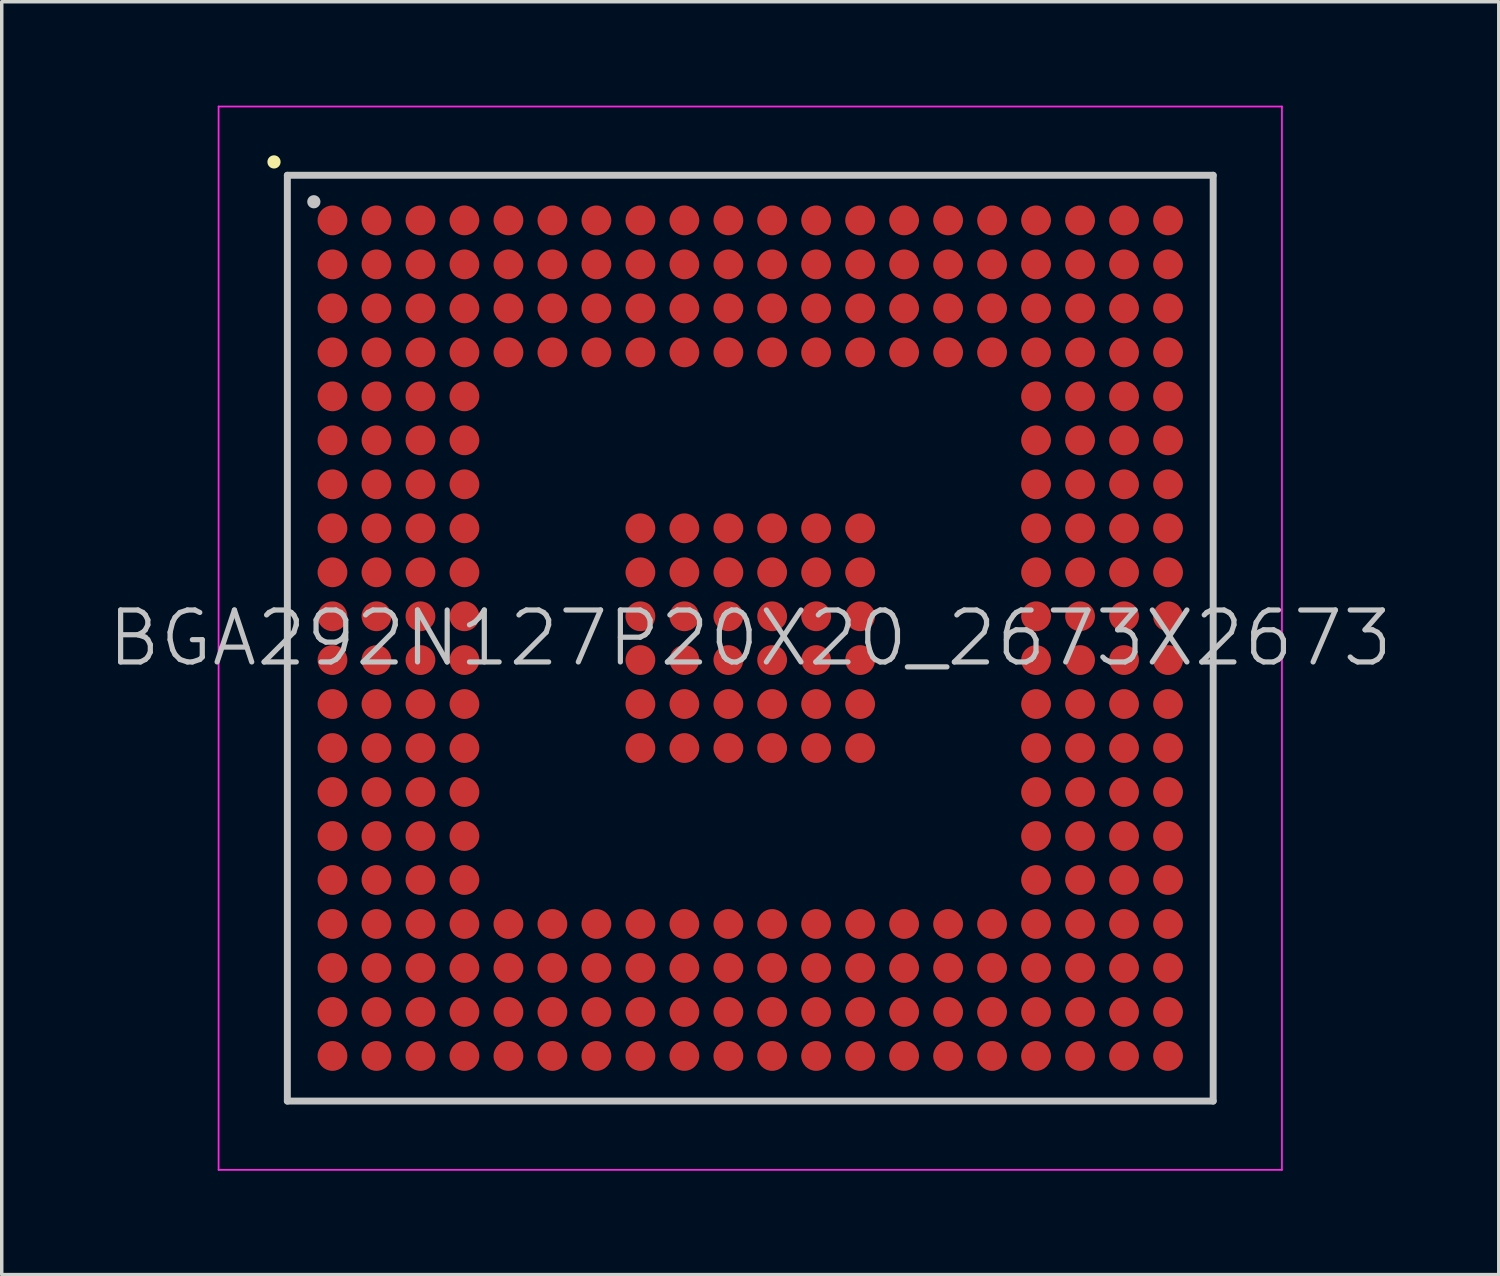
<source format=kicad_pcb>
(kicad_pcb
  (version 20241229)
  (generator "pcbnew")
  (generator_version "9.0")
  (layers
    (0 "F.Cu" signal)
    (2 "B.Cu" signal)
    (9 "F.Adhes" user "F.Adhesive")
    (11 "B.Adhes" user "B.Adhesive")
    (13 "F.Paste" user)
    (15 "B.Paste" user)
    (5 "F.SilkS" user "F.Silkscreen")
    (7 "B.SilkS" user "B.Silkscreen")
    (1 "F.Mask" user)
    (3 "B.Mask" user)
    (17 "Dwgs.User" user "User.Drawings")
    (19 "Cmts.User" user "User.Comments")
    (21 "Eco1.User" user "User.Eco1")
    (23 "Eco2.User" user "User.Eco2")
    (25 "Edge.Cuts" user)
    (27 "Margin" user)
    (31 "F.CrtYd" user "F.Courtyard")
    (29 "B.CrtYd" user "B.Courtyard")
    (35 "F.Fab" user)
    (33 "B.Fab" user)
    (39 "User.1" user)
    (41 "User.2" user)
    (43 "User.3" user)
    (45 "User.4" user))
  (footprint "BGA292N127P20X20_2673X2673"
    (layer "F.Cu")
    (at 18.611 15.375)
    (property "Reference" "BGA292N127P20X20_2673X2673" (at 0 0 0) (layer "Dwgs.User") (effects (font (size 1.5 1.5) (thickness 0.15))))
    (attr smd)
    (fp_line (start -13.75 -13.75) (end -13.75 -13.75) (stroke (width 0.381) (type solid)) (layer "F.SilkS"))
    (fp_line (start -13.365 -13.365) (end -13.365 13.365) (stroke (width 0.2) (type solid)) (layer "Dwgs.User"))
    (fp_line (start -13.365 -13.365) (end 13.365 -13.365) (stroke (width 0.2) (type solid)) (layer "Dwgs.User"))
    (fp_line (start -13.365 13.365) (end 13.365 13.365) (stroke (width 0.2) (type solid)) (layer "Dwgs.User"))
    (fp_line (start -12.6 -12.6) (end -12.6 -12.6) (stroke (width 0.381) (type solid)) (layer "Dwgs.User"))
    (fp_line (start 13.365 -13.365) (end 13.365 13.365) (stroke (width 0.2) (type solid)) (layer "Dwgs.User"))
    (fp_line (start -15.35 -15.35) (end -15.35 15.35) (stroke (width 0.05) (type solid)) (layer "F.CrtYd"))
    (fp_line (start -15.35 -15.35) (end 15.35 -15.35) (stroke (width 0.05) (type solid)) (layer "F.CrtYd"))
    (fp_line (start -15.35 15.35) (end 15.35 15.35) (stroke (width 0.05) (type solid)) (layer "F.CrtYd"))
    (fp_line (start 15.35 -15.35) (end 15.35 15.35) (stroke (width 0.05) (type solid)) (layer "F.CrtYd"))
    (pad "A1" smd circle (at -12.062 -12.062 270) (size 0.86 0.86) (layers "F.Cu" "F.Mask" "F.Paste"))
    (pad "A2" smd circle (at -10.792 -12.062 270) (size 0.86 0.86) (layers "F.Cu" "F.Mask" "F.Paste"))
    (pad "A3" smd circle (at -9.522 -12.062 270) (size 0.86 0.86) (layers "F.Cu" "F.Mask" "F.Paste"))
    (pad "A4" smd circle (at -8.252 -12.062 270) (size 0.86 0.86) (layers "F.Cu" "F.Mask" "F.Paste"))
    (pad "A5" smd circle (at -6.982 -12.062 270) (size 0.86 0.86) (layers "F.Cu" "F.Mask" "F.Paste"))
    (pad "A6" smd circle (at -5.712 -12.062 270) (size 0.86 0.86) (layers "F.Cu" "F.Mask" "F.Paste"))
    (pad "A7" smd circle (at -4.442 -12.062 270) (size 0.86 0.86) (layers "F.Cu" "F.Mask" "F.Paste"))
    (pad "A8" smd circle (at -3.172 -12.062 270) (size 0.86 0.86) (layers "F.Cu" "F.Mask" "F.Paste"))
    (pad "A9" smd circle (at -1.902 -12.062 270) (size 0.86 0.86) (layers "F.Cu" "F.Mask" "F.Paste"))
    (pad "A10" smd circle (at -0.632 -12.062 270) (size 0.86 0.86) (layers "F.Cu" "F.Mask" "F.Paste"))
    (pad "A11" smd circle (at 0.632 -12.062 270) (size 0.86 0.86) (layers "F.Cu" "F.Mask" "F.Paste"))
    (pad "A12" smd circle (at 1.902 -12.062 270) (size 0.86 0.86) (layers "F.Cu" "F.Mask" "F.Paste"))
    (pad "A13" smd circle (at 3.172 -12.062 270) (size 0.86 0.86) (layers "F.Cu" "F.Mask" "F.Paste"))
    (pad "A14" smd circle (at 4.442 -12.062 270) (size 0.86 0.86) (layers "F.Cu" "F.Mask" "F.Paste"))
    (pad "A15" smd circle (at 5.712 -12.062 270) (size 0.86 0.86) (layers "F.Cu" "F.Mask" "F.Paste"))
    (pad "A16" smd circle (at 6.982 -12.062 270) (size 0.86 0.86) (layers "F.Cu" "F.Mask" "F.Paste"))
    (pad "A17" smd circle (at 8.252 -12.062 270) (size 0.86 0.86) (layers "F.Cu" "F.Mask" "F.Paste"))
    (pad "A18" smd circle (at 9.522 -12.062 270) (size 0.86 0.86) (layers "F.Cu" "F.Mask" "F.Paste"))
    (pad "A19" smd circle (at 10.792 -12.062 270) (size 0.86 0.86) (layers "F.Cu" "F.Mask" "F.Paste"))
    (pad "A20" smd circle (at 12.062 -12.062 270) (size 0.86 0.86) (layers "F.Cu" "F.Mask" "F.Paste"))
    (pad "B1" smd circle (at -12.062 -10.792 270) (size 0.86 0.86) (layers "F.Cu" "F.Mask" "F.Paste"))
    (pad "B2" smd circle (at -10.792 -10.792 270) (size 0.86 0.86) (layers "F.Cu" "F.Mask" "F.Paste"))
    (pad "B3" smd circle (at -9.522 -10.792 270) (size 0.86 0.86) (layers "F.Cu" "F.Mask" "F.Paste"))
    (pad "B4" smd circle (at -8.252 -10.792 270) (size 0.86 0.86) (layers "F.Cu" "F.Mask" "F.Paste"))
    (pad "B5" smd circle (at -6.982 -10.792 270) (size 0.86 0.86) (layers "F.Cu" "F.Mask" "F.Paste"))
    (pad "B6" smd circle (at -5.712 -10.792 270) (size 0.86 0.86) (layers "F.Cu" "F.Mask" "F.Paste"))
    (pad "B7" smd circle (at -4.442 -10.792 270) (size 0.86 0.86) (layers "F.Cu" "F.Mask" "F.Paste"))
    (pad "B8" smd circle (at -3.172 -10.792 270) (size 0.86 0.86) (layers "F.Cu" "F.Mask" "F.Paste"))
    (pad "B9" smd circle (at -1.902 -10.792 270) (size 0.86 0.86) (layers "F.Cu" "F.Mask" "F.Paste"))
    (pad "B10" smd circle (at -0.632 -10.792 270) (size 0.86 0.86) (layers "F.Cu" "F.Mask" "F.Paste"))
    (pad "B11" smd circle (at 0.632 -10.792 270) (size 0.86 0.86) (layers "F.Cu" "F.Mask" "F.Paste"))
    (pad "B12" smd circle (at 1.902 -10.792 270) (size 0.86 0.86) (layers "F.Cu" "F.Mask" "F.Paste"))
    (pad "B13" smd circle (at 3.172 -10.792 270) (size 0.86 0.86) (layers "F.Cu" "F.Mask" "F.Paste"))
    (pad "B14" smd circle (at 4.442 -10.792 270) (size 0.86 0.86) (layers "F.Cu" "F.Mask" "F.Paste"))
    (pad "B15" smd circle (at 5.712 -10.792 270) (size 0.86 0.86) (layers "F.Cu" "F.Mask" "F.Paste"))
    (pad "B16" smd circle (at 6.982 -10.792 270) (size 0.86 0.86) (layers "F.Cu" "F.Mask" "F.Paste"))
    (pad "B17" smd circle (at 8.252 -10.792 270) (size 0.86 0.86) (layers "F.Cu" "F.Mask" "F.Paste"))
    (pad "B18" smd circle (at 9.522 -10.792 270) (size 0.86 0.86) (layers "F.Cu" "F.Mask" "F.Paste"))
    (pad "B19" smd circle (at 10.792 -10.792 270) (size 0.86 0.86) (layers "F.Cu" "F.Mask" "F.Paste"))
    (pad "B20" smd circle (at 12.062 -10.792 270) (size 0.86 0.86) (layers "F.Cu" "F.Mask" "F.Paste"))
    (pad "C1" smd circle (at -12.062 -9.522 270) (size 0.86 0.86) (layers "F.Cu" "F.Mask" "F.Paste"))
    (pad "C2" smd circle (at -10.792 -9.522 270) (size 0.86 0.86) (layers "F.Cu" "F.Mask" "F.Paste"))
    (pad "C3" smd circle (at -9.522 -9.522 270) (size 0.86 0.86) (layers "F.Cu" "F.Mask" "F.Paste"))
    (pad "C4" smd circle (at -8.252 -9.522 270) (size 0.86 0.86) (layers "F.Cu" "F.Mask" "F.Paste"))
    (pad "C5" smd circle (at -6.982 -9.522 270) (size 0.86 0.86) (layers "F.Cu" "F.Mask" "F.Paste"))
    (pad "C6" smd circle (at -5.712 -9.522 270) (size 0.86 0.86) (layers "F.Cu" "F.Mask" "F.Paste"))
    (pad "C7" smd circle (at -4.442 -9.522 270) (size 0.86 0.86) (layers "F.Cu" "F.Mask" "F.Paste"))
    (pad "C8" smd circle (at -3.172 -9.522 270) (size 0.86 0.86) (layers "F.Cu" "F.Mask" "F.Paste"))
    (pad "C9" smd circle (at -1.902 -9.522 270) (size 0.86 0.86) (layers "F.Cu" "F.Mask" "F.Paste"))
    (pad "C10" smd circle (at -0.632 -9.522 270) (size 0.86 0.86) (layers "F.Cu" "F.Mask" "F.Paste"))
    (pad "C11" smd circle (at 0.632 -9.522 270) (size 0.86 0.86) (layers "F.Cu" "F.Mask" "F.Paste"))
    (pad "C12" smd circle (at 1.902 -9.522 270) (size 0.86 0.86) (layers "F.Cu" "F.Mask" "F.Paste"))
    (pad "C13" smd circle (at 3.172 -9.522 270) (size 0.86 0.86) (layers "F.Cu" "F.Mask" "F.Paste"))
    (pad "C14" smd circle (at 4.442 -9.522 270) (size 0.86 0.86) (layers "F.Cu" "F.Mask" "F.Paste"))
    (pad "C15" smd circle (at 5.712 -9.522 270) (size 0.86 0.86) (layers "F.Cu" "F.Mask" "F.Paste"))
    (pad "C16" smd circle (at 6.982 -9.522 270) (size 0.86 0.86) (layers "F.Cu" "F.Mask" "F.Paste"))
    (pad "C17" smd circle (at 8.252 -9.522 270) (size 0.86 0.86) (layers "F.Cu" "F.Mask" "F.Paste"))
    (pad "C18" smd circle (at 9.522 -9.522 270) (size 0.86 0.86) (layers "F.Cu" "F.Mask" "F.Paste"))
    (pad "C19" smd circle (at 10.792 -9.522 270) (size 0.86 0.86) (layers "F.Cu" "F.Mask" "F.Paste"))
    (pad "C20" smd circle (at 12.062 -9.522 270) (size 0.86 0.86) (layers "F.Cu" "F.Mask" "F.Paste"))
    (pad "D1" smd circle (at -12.062 -8.252 270) (size 0.86 0.86) (layers "F.Cu" "F.Mask" "F.Paste"))
    (pad "D2" smd circle (at -10.792 -8.252 270) (size 0.86 0.86) (layers "F.Cu" "F.Mask" "F.Paste"))
    (pad "D3" smd circle (at -9.522 -8.252 270) (size 0.86 0.86) (layers "F.Cu" "F.Mask" "F.Paste"))
    (pad "D4" smd circle (at -8.252 -8.252 270) (size 0.86 0.86) (layers "F.Cu" "F.Mask" "F.Paste"))
    (pad "D5" smd circle (at -6.982 -8.252 270) (size 0.86 0.86) (layers "F.Cu" "F.Mask" "F.Paste"))
    (pad "D6" smd circle (at -5.712 -8.252 270) (size 0.86 0.86) (layers "F.Cu" "F.Mask" "F.Paste"))
    (pad "D7" smd circle (at -4.442 -8.252 270) (size 0.86 0.86) (layers "F.Cu" "F.Mask" "F.Paste"))
    (pad "D8" smd circle (at -3.172 -8.252 270) (size 0.86 0.86) (layers "F.Cu" "F.Mask" "F.Paste"))
    (pad "D9" smd circle (at -1.902 -8.252 270) (size 0.86 0.86) (layers "F.Cu" "F.Mask" "F.Paste"))
    (pad "D10" smd circle (at -0.632 -8.252 270) (size 0.86 0.86) (layers "F.Cu" "F.Mask" "F.Paste"))
    (pad "D11" smd circle (at 0.632 -8.252 270) (size 0.86 0.86) (layers "F.Cu" "F.Mask" "F.Paste"))
    (pad "D12" smd circle (at 1.902 -8.252 270) (size 0.86 0.86) (layers "F.Cu" "F.Mask" "F.Paste"))
    (pad "D13" smd circle (at 3.172 -8.252 270) (size 0.86 0.86) (layers "F.Cu" "F.Mask" "F.Paste"))
    (pad "D14" smd circle (at 4.442 -8.252 270) (size 0.86 0.86) (layers "F.Cu" "F.Mask" "F.Paste"))
    (pad "D15" smd circle (at 5.712 -8.252 270) (size 0.86 0.86) (layers "F.Cu" "F.Mask" "F.Paste"))
    (pad "D16" smd circle (at 6.982 -8.252 270) (size 0.86 0.86) (layers "F.Cu" "F.Mask" "F.Paste"))
    (pad "D17" smd circle (at 8.252 -8.252 270) (size 0.86 0.86) (layers "F.Cu" "F.Mask" "F.Paste"))
    (pad "D18" smd circle (at 9.522 -8.252 270) (size 0.86 0.86) (layers "F.Cu" "F.Mask" "F.Paste"))
    (pad "D19" smd circle (at 10.792 -8.252 270) (size 0.86 0.86) (layers "F.Cu" "F.Mask" "F.Paste"))
    (pad "D20" smd circle (at 12.062 -8.252 270) (size 0.86 0.86) (layers "F.Cu" "F.Mask" "F.Paste"))
    (pad "E1" smd circle (at -12.062 -6.982 270) (size 0.86 0.86) (layers "F.Cu" "F.Mask" "F.Paste"))
    (pad "E2" smd circle (at -10.792 -6.982 270) (size 0.86 0.86) (layers "F.Cu" "F.Mask" "F.Paste"))
    (pad "E3" smd circle (at -9.522 -6.982 270) (size 0.86 0.86) (layers "F.Cu" "F.Mask" "F.Paste"))
    (pad "E4" smd circle (at -8.252 -6.982 270) (size 0.86 0.86) (layers "F.Cu" "F.Mask" "F.Paste"))
    (pad "E17" smd circle (at 8.252 -6.982 270) (size 0.86 0.86) (layers "F.Cu" "F.Mask" "F.Paste"))
    (pad "E18" smd circle (at 9.522 -6.982 270) (size 0.86 0.86) (layers "F.Cu" "F.Mask" "F.Paste"))
    (pad "E19" smd circle (at 10.792 -6.982 270) (size 0.86 0.86) (layers "F.Cu" "F.Mask" "F.Paste"))
    (pad "E20" smd circle (at 12.062 -6.982 270) (size 0.86 0.86) (layers "F.Cu" "F.Mask" "F.Paste"))
    (pad "F1" smd circle (at -12.062 -5.712 270) (size 0.86 0.86) (layers "F.Cu" "F.Mask" "F.Paste"))
    (pad "F2" smd circle (at -10.792 -5.712 270) (size 0.86 0.86) (layers "F.Cu" "F.Mask" "F.Paste"))
    (pad "F3" smd circle (at -9.522 -5.712 270) (size 0.86 0.86) (layers "F.Cu" "F.Mask" "F.Paste"))
    (pad "F4" smd circle (at -8.252 -5.712 270) (size 0.86 0.86) (layers "F.Cu" "F.Mask" "F.Paste"))
    (pad "F17" smd circle (at 8.252 -5.712 270) (size 0.86 0.86) (layers "F.Cu" "F.Mask" "F.Paste"))
    (pad "F18" smd circle (at 9.522 -5.712 270) (size 0.86 0.86) (layers "F.Cu" "F.Mask" "F.Paste"))
    (pad "F19" smd circle (at 10.792 -5.712 270) (size 0.86 0.86) (layers "F.Cu" "F.Mask" "F.Paste"))
    (pad "F20" smd circle (at 12.062 -5.712 270) (size 0.86 0.86) (layers "F.Cu" "F.Mask" "F.Paste"))
    (pad "G1" smd circle (at -12.062 -4.442 270) (size 0.86 0.86) (layers "F.Cu" "F.Mask" "F.Paste"))
    (pad "G2" smd circle (at -10.792 -4.442 270) (size 0.86 0.86) (layers "F.Cu" "F.Mask" "F.Paste"))
    (pad "G3" smd circle (at -9.522 -4.442 270) (size 0.86 0.86) (layers "F.Cu" "F.Mask" "F.Paste"))
    (pad "G4" smd circle (at -8.252 -4.442 270) (size 0.86 0.86) (layers "F.Cu" "F.Mask" "F.Paste"))
    (pad "G17" smd circle (at 8.252 -4.442 270) (size 0.86 0.86) (layers "F.Cu" "F.Mask" "F.Paste"))
    (pad "G18" smd circle (at 9.522 -4.442 270) (size 0.86 0.86) (layers "F.Cu" "F.Mask" "F.Paste"))
    (pad "G19" smd circle (at 10.792 -4.442 270) (size 0.86 0.86) (layers "F.Cu" "F.Mask" "F.Paste"))
    (pad "G20" smd circle (at 12.062 -4.442 270) (size 0.86 0.86) (layers "F.Cu" "F.Mask" "F.Paste"))
    (pad "H1" smd circle (at -12.062 -3.172 270) (size 0.86 0.86) (layers "F.Cu" "F.Mask" "F.Paste"))
    (pad "H2" smd circle (at -10.792 -3.172 270) (size 0.86 0.86) (layers "F.Cu" "F.Mask" "F.Paste"))
    (pad "H3" smd circle (at -9.522 -3.172 270) (size 0.86 0.86) (layers "F.Cu" "F.Mask" "F.Paste"))
    (pad "H4" smd circle (at -8.252 -3.172 270) (size 0.86 0.86) (layers "F.Cu" "F.Mask" "F.Paste"))
    (pad "H8" smd circle (at -3.172 -3.172 270) (size 0.86 0.86) (layers "F.Cu" "F.Mask" "F.Paste"))
    (pad "H9" smd circle (at -1.902 -3.172 270) (size 0.86 0.86) (layers "F.Cu" "F.Mask" "F.Paste"))
    (pad "H10" smd circle (at -0.632 -3.172 270) (size 0.86 0.86) (layers "F.Cu" "F.Mask" "F.Paste"))
    (pad "H11" smd circle (at 0.632 -3.172 270) (size 0.86 0.86) (layers "F.Cu" "F.Mask" "F.Paste"))
    (pad "H12" smd circle (at 1.902 -3.172 270) (size 0.86 0.86) (layers "F.Cu" "F.Mask" "F.Paste"))
    (pad "H13" smd circle (at 3.172 -3.172 270) (size 0.86 0.86) (layers "F.Cu" "F.Mask" "F.Paste"))
    (pad "H17" smd circle (at 8.252 -3.172 270) (size 0.86 0.86) (layers "F.Cu" "F.Mask" "F.Paste"))
    (pad "H18" smd circle (at 9.522 -3.172 270) (size 0.86 0.86) (layers "F.Cu" "F.Mask" "F.Paste"))
    (pad "H19" smd circle (at 10.792 -3.172 270) (size 0.86 0.86) (layers "F.Cu" "F.Mask" "F.Paste"))
    (pad "H20" smd circle (at 12.062 -3.172 270) (size 0.86 0.86) (layers "F.Cu" "F.Mask" "F.Paste"))
    (pad "J1" smd circle (at -12.062 -1.902 270) (size 0.86 0.86) (layers "F.Cu" "F.Mask" "F.Paste"))
    (pad "J2" smd circle (at -10.792 -1.902 270) (size 0.86 0.86) (layers "F.Cu" "F.Mask" "F.Paste"))
    (pad "J3" smd circle (at -9.522 -1.902 270) (size 0.86 0.86) (layers "F.Cu" "F.Mask" "F.Paste"))
    (pad "J4" smd circle (at -8.252 -1.902 270) (size 0.86 0.86) (layers "F.Cu" "F.Mask" "F.Paste"))
    (pad "J8" smd circle (at -3.172 -1.902 270) (size 0.86 0.86) (layers "F.Cu" "F.Mask" "F.Paste"))
    (pad "J9" smd circle (at -1.902 -1.902 270) (size 0.86 0.86) (layers "F.Cu" "F.Mask" "F.Paste"))
    (pad "J10" smd circle (at -0.632 -1.902 270) (size 0.86 0.86) (layers "F.Cu" "F.Mask" "F.Paste"))
    (pad "J11" smd circle (at 0.632 -1.902 270) (size 0.86 0.86) (layers "F.Cu" "F.Mask" "F.Paste"))
    (pad "J12" smd circle (at 1.902 -1.902 270) (size 0.86 0.86) (layers "F.Cu" "F.Mask" "F.Paste"))
    (pad "J13" smd circle (at 3.172 -1.902 270) (size 0.86 0.86) (layers "F.Cu" "F.Mask" "F.Paste"))
    (pad "J17" smd circle (at 8.252 -1.902 270) (size 0.86 0.86) (layers "F.Cu" "F.Mask" "F.Paste"))
    (pad "J18" smd circle (at 9.522 -1.902 270) (size 0.86 0.86) (layers "F.Cu" "F.Mask" "F.Paste"))
    (pad "J19" smd circle (at 10.792 -1.902 270) (size 0.86 0.86) (layers "F.Cu" "F.Mask" "F.Paste"))
    (pad "J20" smd circle (at 12.062 -1.902 270) (size 0.86 0.86) (layers "F.Cu" "F.Mask" "F.Paste"))
    (pad "K1" smd circle (at -12.062 -0.632 270) (size 0.86 0.86) (layers "F.Cu" "F.Mask" "F.Paste"))
    (pad "K2" smd circle (at -10.792 -0.632 270) (size 0.86 0.86) (layers "F.Cu" "F.Mask" "F.Paste"))
    (pad "K3" smd circle (at -9.522 -0.632 270) (size 0.86 0.86) (layers "F.Cu" "F.Mask" "F.Paste"))
    (pad "K4" smd circle (at -8.252 -0.632 270) (size 0.86 0.86) (layers "F.Cu" "F.Mask" "F.Paste"))
    (pad "K8" smd circle (at -3.172 -0.632 270) (size 0.86 0.86) (layers "F.Cu" "F.Mask" "F.Paste"))
    (pad "K9" smd circle (at -1.902 -0.632 270) (size 0.86 0.86) (layers "F.Cu" "F.Mask" "F.Paste"))
    (pad "K10" smd circle (at -0.632 -0.632 270) (size 0.86 0.86) (layers "F.Cu" "F.Mask" "F.Paste"))
    (pad "K11" smd circle (at 0.632 -0.632 270) (size 0.86 0.86) (layers "F.Cu" "F.Mask" "F.Paste"))
    (pad "K12" smd circle (at 1.902 -0.632 270) (size 0.86 0.86) (layers "F.Cu" "F.Mask" "F.Paste"))
    (pad "K13" smd circle (at 3.172 -0.632 270) (size 0.86 0.86) (layers "F.Cu" "F.Mask" "F.Paste"))
    (pad "K17" smd circle (at 8.252 -0.632 270) (size 0.86 0.86) (layers "F.Cu" "F.Mask" "F.Paste"))
    (pad "K18" smd circle (at 9.522 -0.632 270) (size 0.86 0.86) (layers "F.Cu" "F.Mask" "F.Paste"))
    (pad "K19" smd circle (at 10.792 -0.632 270) (size 0.86 0.86) (layers "F.Cu" "F.Mask" "F.Paste"))
    (pad "K20" smd circle (at 12.062 -0.632 270) (size 0.86 0.86) (layers "F.Cu" "F.Mask" "F.Paste"))
    (pad "L1" smd circle (at -12.062 0.632 270) (size 0.86 0.86) (layers "F.Cu" "F.Mask" "F.Paste"))
    (pad "L2" smd circle (at -10.792 0.632 270) (size 0.86 0.86) (layers "F.Cu" "F.Mask" "F.Paste"))
    (pad "L3" smd circle (at -9.522 0.632 270) (size 0.86 0.86) (layers "F.Cu" "F.Mask" "F.Paste"))
    (pad "L4" smd circle (at -8.252 0.632 270) (size 0.86 0.86) (layers "F.Cu" "F.Mask" "F.Paste"))
    (pad "L8" smd circle (at -3.172 0.632 270) (size 0.86 0.86) (layers "F.Cu" "F.Mask" "F.Paste"))
    (pad "L9" smd circle (at -1.902 0.632 270) (size 0.86 0.86) (layers "F.Cu" "F.Mask" "F.Paste"))
    (pad "L10" smd circle (at -0.632 0.632 270) (size 0.86 0.86) (layers "F.Cu" "F.Mask" "F.Paste"))
    (pad "L11" smd circle (at 0.632 0.632 270) (size 0.86 0.86) (layers "F.Cu" "F.Mask" "F.Paste"))
    (pad "L12" smd circle (at 1.902 0.632 270) (size 0.86 0.86) (layers "F.Cu" "F.Mask" "F.Paste"))
    (pad "L13" smd circle (at 3.172 0.632 270) (size 0.86 0.86) (layers "F.Cu" "F.Mask" "F.Paste"))
    (pad "L17" smd circle (at 8.252 0.632 270) (size 0.86 0.86) (layers "F.Cu" "F.Mask" "F.Paste"))
    (pad "L18" smd circle (at 9.522 0.632 270) (size 0.86 0.86) (layers "F.Cu" "F.Mask" "F.Paste"))
    (pad "L19" smd circle (at 10.792 0.632 270) (size 0.86 0.86) (layers "F.Cu" "F.Mask" "F.Paste"))
    (pad "L20" smd circle (at 12.062 0.632 270) (size 0.86 0.86) (layers "F.Cu" "F.Mask" "F.Paste"))
    (pad "M1" smd circle (at -12.062 1.902 270) (size 0.86 0.86) (layers "F.Cu" "F.Mask" "F.Paste"))
    (pad "M2" smd circle (at -10.792 1.902 270) (size 0.86 0.86) (layers "F.Cu" "F.Mask" "F.Paste"))
    (pad "M3" smd circle (at -9.522 1.902 270) (size 0.86 0.86) (layers "F.Cu" "F.Mask" "F.Paste"))
    (pad "M4" smd circle (at -8.252 1.902 270) (size 0.86 0.86) (layers "F.Cu" "F.Mask" "F.Paste"))
    (pad "M8" smd circle (at -3.172 1.902 270) (size 0.86 0.86) (layers "F.Cu" "F.Mask" "F.Paste"))
    (pad "M9" smd circle (at -1.902 1.902 270) (size 0.86 0.86) (layers "F.Cu" "F.Mask" "F.Paste"))
    (pad "M10" smd circle (at -0.632 1.902 270) (size 0.86 0.86) (layers "F.Cu" "F.Mask" "F.Paste"))
    (pad "M11" smd circle (at 0.632 1.902 270) (size 0.86 0.86) (layers "F.Cu" "F.Mask" "F.Paste"))
    (pad "M12" smd circle (at 1.902 1.902 270) (size 0.86 0.86) (layers "F.Cu" "F.Mask" "F.Paste"))
    (pad "M13" smd circle (at 3.172 1.902 270) (size 0.86 0.86) (layers "F.Cu" "F.Mask" "F.Paste"))
    (pad "M17" smd circle (at 8.252 1.902 270) (size 0.86 0.86) (layers "F.Cu" "F.Mask" "F.Paste"))
    (pad "M18" smd circle (at 9.522 1.902 270) (size 0.86 0.86) (layers "F.Cu" "F.Mask" "F.Paste"))
    (pad "M19" smd circle (at 10.792 1.902 270) (size 0.86 0.86) (layers "F.Cu" "F.Mask" "F.Paste"))
    (pad "M20" smd circle (at 12.062 1.902 270) (size 0.86 0.86) (layers "F.Cu" "F.Mask" "F.Paste"))
    (pad "N1" smd circle (at -12.062 3.172 270) (size 0.86 0.86) (layers "F.Cu" "F.Mask" "F.Paste"))
    (pad "N2" smd circle (at -10.792 3.172 270) (size 0.86 0.86) (layers "F.Cu" "F.Mask" "F.Paste"))
    (pad "N3" smd circle (at -9.522 3.172 270) (size 0.86 0.86) (layers "F.Cu" "F.Mask" "F.Paste"))
    (pad "N4" smd circle (at -8.252 3.172 270) (size 0.86 0.86) (layers "F.Cu" "F.Mask" "F.Paste"))
    (pad "N8" smd circle (at -3.172 3.172 270) (size 0.86 0.86) (layers "F.Cu" "F.Mask" "F.Paste"))
    (pad "N9" smd circle (at -1.902 3.172 270) (size 0.86 0.86) (layers "F.Cu" "F.Mask" "F.Paste"))
    (pad "N10" smd circle (at -0.632 3.172 270) (size 0.86 0.86) (layers "F.Cu" "F.Mask" "F.Paste"))
    (pad "N11" smd circle (at 0.632 3.172 270) (size 0.86 0.86) (layers "F.Cu" "F.Mask" "F.Paste"))
    (pad "N12" smd circle (at 1.902 3.172 270) (size 0.86 0.86) (layers "F.Cu" "F.Mask" "F.Paste"))
    (pad "N13" smd circle (at 3.172 3.172 270) (size 0.86 0.86) (layers "F.Cu" "F.Mask" "F.Paste"))
    (pad "N17" smd circle (at 8.252 3.172 270) (size 0.86 0.86) (layers "F.Cu" "F.Mask" "F.Paste"))
    (pad "N18" smd circle (at 9.522 3.172 270) (size 0.86 0.86) (layers "F.Cu" "F.Mask" "F.Paste"))
    (pad "N19" smd circle (at 10.792 3.172 270) (size 0.86 0.86) (layers "F.Cu" "F.Mask" "F.Paste"))
    (pad "N20" smd circle (at 12.062 3.172 270) (size 0.86 0.86) (layers "F.Cu" "F.Mask" "F.Paste"))
    (pad "P1" smd circle (at -12.062 4.442 270) (size 0.86 0.86) (layers "F.Cu" "F.Mask" "F.Paste"))
    (pad "P2" smd circle (at -10.792 4.442 270) (size 0.86 0.86) (layers "F.Cu" "F.Mask" "F.Paste"))
    (pad "P3" smd circle (at -9.522 4.442 270) (size 0.86 0.86) (layers "F.Cu" "F.Mask" "F.Paste"))
    (pad "P4" smd circle (at -8.252 4.442 270) (size 0.86 0.86) (layers "F.Cu" "F.Mask" "F.Paste"))
    (pad "P17" smd circle (at 8.252 4.442 270) (size 0.86 0.86) (layers "F.Cu" "F.Mask" "F.Paste"))
    (pad "P18" smd circle (at 9.522 4.442 270) (size 0.86 0.86) (layers "F.Cu" "F.Mask" "F.Paste"))
    (pad "P19" smd circle (at 10.792 4.442 270) (size 0.86 0.86) (layers "F.Cu" "F.Mask" "F.Paste"))
    (pad "P20" smd circle (at 12.062 4.442 270) (size 0.86 0.86) (layers "F.Cu" "F.Mask" "F.Paste"))
    (pad "R1" smd circle (at -12.062 5.712 270) (size 0.86 0.86) (layers "F.Cu" "F.Mask" "F.Paste"))
    (pad "R2" smd circle (at -10.792 5.712 270) (size 0.86 0.86) (layers "F.Cu" "F.Mask" "F.Paste"))
    (pad "R3" smd circle (at -9.522 5.712 270) (size 0.86 0.86) (layers "F.Cu" "F.Mask" "F.Paste"))
    (pad "R4" smd circle (at -8.252 5.712 270) (size 0.86 0.86) (layers "F.Cu" "F.Mask" "F.Paste"))
    (pad "R17" smd circle (at 8.252 5.712 270) (size 0.86 0.86) (layers "F.Cu" "F.Mask" "F.Paste"))
    (pad "R18" smd circle (at 9.522 5.712 270) (size 0.86 0.86) (layers "F.Cu" "F.Mask" "F.Paste"))
    (pad "R19" smd circle (at 10.792 5.712 270) (size 0.86 0.86) (layers "F.Cu" "F.Mask" "F.Paste"))
    (pad "R20" smd circle (at 12.062 5.712 270) (size 0.86 0.86) (layers "F.Cu" "F.Mask" "F.Paste"))
    (pad "T1" smd circle (at -12.062 6.982 270) (size 0.86 0.86) (layers "F.Cu" "F.Mask" "F.Paste"))
    (pad "T2" smd circle (at -10.792 6.982 270) (size 0.86 0.86) (layers "F.Cu" "F.Mask" "F.Paste"))
    (pad "T3" smd circle (at -9.522 6.982 270) (size 0.86 0.86) (layers "F.Cu" "F.Mask" "F.Paste"))
    (pad "T4" smd circle (at -8.252 6.982 270) (size 0.86 0.86) (layers "F.Cu" "F.Mask" "F.Paste"))
    (pad "T17" smd circle (at 8.252 6.982 270) (size 0.86 0.86) (layers "F.Cu" "F.Mask" "F.Paste"))
    (pad "T18" smd circle (at 9.522 6.982 270) (size 0.86 0.86) (layers "F.Cu" "F.Mask" "F.Paste"))
    (pad "T19" smd circle (at 10.792 6.982 270) (size 0.86 0.86) (layers "F.Cu" "F.Mask" "F.Paste"))
    (pad "T20" smd circle (at 12.062 6.982 270) (size 0.86 0.86) (layers "F.Cu" "F.Mask" "F.Paste"))
    (pad "U1" smd circle (at -12.062 8.252 270) (size 0.86 0.86) (layers "F.Cu" "F.Mask" "F.Paste"))
    (pad "U2" smd circle (at -10.792 8.252 270) (size 0.86 0.86) (layers "F.Cu" "F.Mask" "F.Paste"))
    (pad "U3" smd circle (at -9.522 8.252 270) (size 0.86 0.86) (layers "F.Cu" "F.Mask" "F.Paste"))
    (pad "U4" smd circle (at -8.252 8.252 270) (size 0.86 0.86) (layers "F.Cu" "F.Mask" "F.Paste"))
    (pad "U5" smd circle (at -6.982 8.252 270) (size 0.86 0.86) (layers "F.Cu" "F.Mask" "F.Paste"))
    (pad "U6" smd circle (at -5.712 8.252 270) (size 0.86 0.86) (layers "F.Cu" "F.Mask" "F.Paste"))
    (pad "U7" smd circle (at -4.442 8.252 270) (size 0.86 0.86) (layers "F.Cu" "F.Mask" "F.Paste"))
    (pad "U8" smd circle (at -3.172 8.252 270) (size 0.86 0.86) (layers "F.Cu" "F.Mask" "F.Paste"))
    (pad "U9" smd circle (at -1.902 8.252 270) (size 0.86 0.86) (layers "F.Cu" "F.Mask" "F.Paste"))
    (pad "U10" smd circle (at -0.632 8.252 270) (size 0.86 0.86) (layers "F.Cu" "F.Mask" "F.Paste"))
    (pad "U11" smd circle (at 0.632 8.252 270) (size 0.86 0.86) (layers "F.Cu" "F.Mask" "F.Paste"))
    (pad "U12" smd circle (at 1.902 8.252 270) (size 0.86 0.86) (layers "F.Cu" "F.Mask" "F.Paste"))
    (pad "U13" smd circle (at 3.172 8.252 270) (size 0.86 0.86) (layers "F.Cu" "F.Mask" "F.Paste"))
    (pad "U14" smd circle (at 4.442 8.252 270) (size 0.86 0.86) (layers "F.Cu" "F.Mask" "F.Paste"))
    (pad "U15" smd circle (at 5.712 8.252 270) (size 0.86 0.86) (layers "F.Cu" "F.Mask" "F.Paste"))
    (pad "U16" smd circle (at 6.982 8.252 270) (size 0.86 0.86) (layers "F.Cu" "F.Mask" "F.Paste"))
    (pad "U17" smd circle (at 8.252 8.252 270) (size 0.86 0.86) (layers "F.Cu" "F.Mask" "F.Paste"))
    (pad "U18" smd circle (at 9.522 8.252 270) (size 0.86 0.86) (layers "F.Cu" "F.Mask" "F.Paste"))
    (pad "U19" smd circle (at 10.792 8.252 270) (size 0.86 0.86) (layers "F.Cu" "F.Mask" "F.Paste"))
    (pad "U20" smd circle (at 12.062 8.252 270) (size 0.86 0.86) (layers "F.Cu" "F.Mask" "F.Paste"))
    (pad "V1" smd circle (at -12.062 9.522 270) (size 0.86 0.86) (layers "F.Cu" "F.Mask" "F.Paste"))
    (pad "V2" smd circle (at -10.792 9.522 270) (size 0.86 0.86) (layers "F.Cu" "F.Mask" "F.Paste"))
    (pad "V3" smd circle (at -9.522 9.522 270) (size 0.86 0.86) (layers "F.Cu" "F.Mask" "F.Paste"))
    (pad "V4" smd circle (at -8.252 9.522 270) (size 0.86 0.86) (layers "F.Cu" "F.Mask" "F.Paste"))
    (pad "V5" smd circle (at -6.982 9.522 270) (size 0.86 0.86) (layers "F.Cu" "F.Mask" "F.Paste"))
    (pad "V6" smd circle (at -5.712 9.522 270) (size 0.86 0.86) (layers "F.Cu" "F.Mask" "F.Paste"))
    (pad "V7" smd circle (at -4.442 9.522 270) (size 0.86 0.86) (layers "F.Cu" "F.Mask" "F.Paste"))
    (pad "V8" smd circle (at -3.172 9.522 270) (size 0.86 0.86) (layers "F.Cu" "F.Mask" "F.Paste"))
    (pad "V9" smd circle (at -1.902 9.522 270) (size 0.86 0.86) (layers "F.Cu" "F.Mask" "F.Paste"))
    (pad "V10" smd circle (at -0.632 9.522 270) (size 0.86 0.86) (layers "F.Cu" "F.Mask" "F.Paste"))
    (pad "V11" smd circle (at 0.632 9.522 270) (size 0.86 0.86) (layers "F.Cu" "F.Mask" "F.Paste"))
    (pad "V12" smd circle (at 1.902 9.522 270) (size 0.86 0.86) (layers "F.Cu" "F.Mask" "F.Paste"))
    (pad "V13" smd circle (at 3.172 9.522 270) (size 0.86 0.86) (layers "F.Cu" "F.Mask" "F.Paste"))
    (pad "V14" smd circle (at 4.442 9.522 270) (size 0.86 0.86) (layers "F.Cu" "F.Mask" "F.Paste"))
    (pad "V15" smd circle (at 5.712 9.522 270) (size 0.86 0.86) (layers "F.Cu" "F.Mask" "F.Paste"))
    (pad "V16" smd circle (at 6.982 9.522 270) (size 0.86 0.86) (layers "F.Cu" "F.Mask" "F.Paste"))
    (pad "V17" smd circle (at 8.252 9.522 270) (size 0.86 0.86) (layers "F.Cu" "F.Mask" "F.Paste"))
    (pad "V18" smd circle (at 9.522 9.522 270) (size 0.86 0.86) (layers "F.Cu" "F.Mask" "F.Paste"))
    (pad "V19" smd circle (at 10.792 9.522 270) (size 0.86 0.86) (layers "F.Cu" "F.Mask" "F.Paste"))
    (pad "V20" smd circle (at 12.062 9.522 270) (size 0.86 0.86) (layers "F.Cu" "F.Mask" "F.Paste"))
    (pad "W1" smd circle (at -12.062 10.792 270) (size 0.86 0.86) (layers "F.Cu" "F.Mask" "F.Paste"))
    (pad "W2" smd circle (at -10.792 10.792 270) (size 0.86 0.86) (layers "F.Cu" "F.Mask" "F.Paste"))
    (pad "W3" smd circle (at -9.522 10.792 270) (size 0.86 0.86) (layers "F.Cu" "F.Mask" "F.Paste"))
    (pad "W4" smd circle (at -8.252 10.792 270) (size 0.86 0.86) (layers "F.Cu" "F.Mask" "F.Paste"))
    (pad "W5" smd circle (at -6.982 10.792 270) (size 0.86 0.86) (layers "F.Cu" "F.Mask" "F.Paste"))
    (pad "W6" smd circle (at -5.712 10.792 270) (size 0.86 0.86) (layers "F.Cu" "F.Mask" "F.Paste"))
    (pad "W7" smd circle (at -4.442 10.792 270) (size 0.86 0.86) (layers "F.Cu" "F.Mask" "F.Paste"))
    (pad "W8" smd circle (at -3.172 10.792 270) (size 0.86 0.86) (layers "F.Cu" "F.Mask" "F.Paste"))
    (pad "W9" smd circle (at -1.902 10.792 270) (size 0.86 0.86) (layers "F.Cu" "F.Mask" "F.Paste"))
    (pad "W10" smd circle (at -0.632 10.792 270) (size 0.86 0.86) (layers "F.Cu" "F.Mask" "F.Paste"))
    (pad "W11" smd circle (at 0.632 10.792 270) (size 0.86 0.86) (layers "F.Cu" "F.Mask" "F.Paste"))
    (pad "W12" smd circle (at 1.902 10.792 270) (size 0.86 0.86) (layers "F.Cu" "F.Mask" "F.Paste"))
    (pad "W13" smd circle (at 3.172 10.792 270) (size 0.86 0.86) (layers "F.Cu" "F.Mask" "F.Paste"))
    (pad "W14" smd circle (at 4.442 10.792 270) (size 0.86 0.86) (layers "F.Cu" "F.Mask" "F.Paste"))
    (pad "W15" smd circle (at 5.712 10.792 270) (size 0.86 0.86) (layers "F.Cu" "F.Mask" "F.Paste"))
    (pad "W16" smd circle (at 6.982 10.792 270) (size 0.86 0.86) (layers "F.Cu" "F.Mask" "F.Paste"))
    (pad "W17" smd circle (at 8.252 10.792 270) (size 0.86 0.86) (layers "F.Cu" "F.Mask" "F.Paste"))
    (pad "W18" smd circle (at 9.522 10.792 270) (size 0.86 0.86) (layers "F.Cu" "F.Mask" "F.Paste"))
    (pad "W19" smd circle (at 10.792 10.792 270) (size 0.86 0.86) (layers "F.Cu" "F.Mask" "F.Paste"))
    (pad "W20" smd circle (at 12.062 10.792 270) (size 0.86 0.86) (layers "F.Cu" "F.Mask" "F.Paste"))
    (pad "Y1" smd circle (at -12.062 12.062 270) (size 0.86 0.86) (layers "F.Cu" "F.Mask" "F.Paste"))
    (pad "Y2" smd circle (at -10.792 12.062 270) (size 0.86 0.86) (layers "F.Cu" "F.Mask" "F.Paste"))
    (pad "Y3" smd circle (at -9.522 12.062 270) (size 0.86 0.86) (layers "F.Cu" "F.Mask" "F.Paste"))
    (pad "Y4" smd circle (at -8.252 12.062 270) (size 0.86 0.86) (layers "F.Cu" "F.Mask" "F.Paste"))
    (pad "Y5" smd circle (at -6.982 12.062 270) (size 0.86 0.86) (layers "F.Cu" "F.Mask" "F.Paste"))
    (pad "Y6" smd circle (at -5.712 12.062 270) (size 0.86 0.86) (layers "F.Cu" "F.Mask" "F.Paste"))
    (pad "Y7" smd circle (at -4.442 12.062 270) (size 0.86 0.86) (layers "F.Cu" "F.Mask" "F.Paste"))
    (pad "Y8" smd circle (at -3.172 12.062 270) (size 0.86 0.86) (layers "F.Cu" "F.Mask" "F.Paste"))
    (pad "Y9" smd circle (at -1.902 12.062 270) (size 0.86 0.86) (layers "F.Cu" "F.Mask" "F.Paste"))
    (pad "Y10" smd circle (at -0.632 12.062 270) (size 0.86 0.86) (layers "F.Cu" "F.Mask" "F.Paste"))
    (pad "Y11" smd circle (at 0.632 12.062 270) (size 0.86 0.86) (layers "F.Cu" "F.Mask" "F.Paste"))
    (pad "Y12" smd circle (at 1.902 12.062 270) (size 0.86 0.86) (layers "F.Cu" "F.Mask" "F.Paste"))
    (pad "Y13" smd circle (at 3.172 12.062 270) (size 0.86 0.86) (layers "F.Cu" "F.Mask" "F.Paste"))
    (pad "Y14" smd circle (at 4.442 12.062 270) (size 0.86 0.86) (layers "F.Cu" "F.Mask" "F.Paste"))
    (pad "Y15" smd circle (at 5.712 12.062 270) (size 0.86 0.86) (layers "F.Cu" "F.Mask" "F.Paste"))
    (pad "Y16" smd circle (at 6.982 12.062 270) (size 0.86 0.86) (layers "F.Cu" "F.Mask" "F.Paste"))
    (pad "Y17" smd circle (at 8.252 12.062 270) (size 0.86 0.86) (layers "F.Cu" "F.Mask" "F.Paste"))
    (pad "Y18" smd circle (at 9.522 12.062 270) (size 0.86 0.86) (layers "F.Cu" "F.Mask" "F.Paste"))
    (pad "Y19" smd circle (at 10.792 12.062 270) (size 0.86 0.86) (layers "F.Cu" "F.Mask" "F.Paste"))
    (pad "Y20" smd circle (at 12.062 12.062 270) (size 0.86 0.86) (layers "F.Cu" "F.Mask" "F.Paste")))
  (gr_rect
    (start -3 -3)
    (end 40.221 33.75)
    (stroke (width 0.1) (type default))
    (fill no)
    (layer "Edge.Cuts")))
</source>
